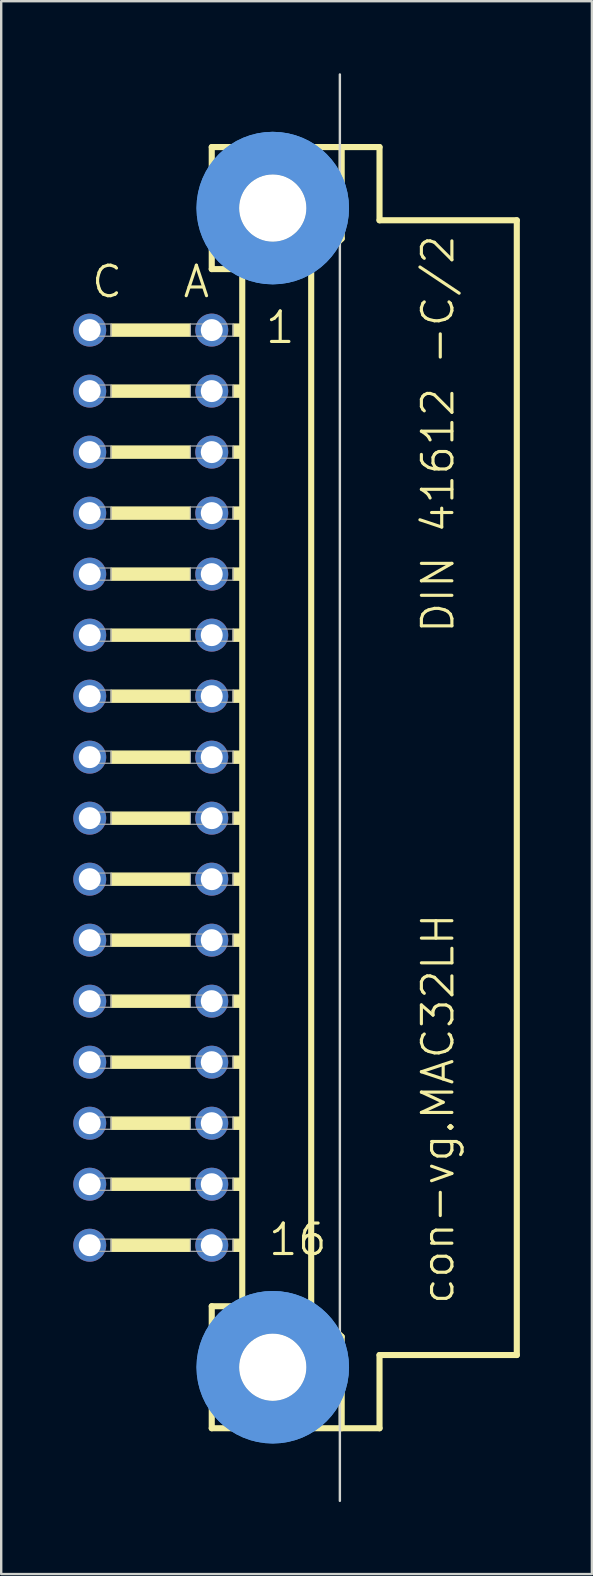
<source format=kicad_pcb>
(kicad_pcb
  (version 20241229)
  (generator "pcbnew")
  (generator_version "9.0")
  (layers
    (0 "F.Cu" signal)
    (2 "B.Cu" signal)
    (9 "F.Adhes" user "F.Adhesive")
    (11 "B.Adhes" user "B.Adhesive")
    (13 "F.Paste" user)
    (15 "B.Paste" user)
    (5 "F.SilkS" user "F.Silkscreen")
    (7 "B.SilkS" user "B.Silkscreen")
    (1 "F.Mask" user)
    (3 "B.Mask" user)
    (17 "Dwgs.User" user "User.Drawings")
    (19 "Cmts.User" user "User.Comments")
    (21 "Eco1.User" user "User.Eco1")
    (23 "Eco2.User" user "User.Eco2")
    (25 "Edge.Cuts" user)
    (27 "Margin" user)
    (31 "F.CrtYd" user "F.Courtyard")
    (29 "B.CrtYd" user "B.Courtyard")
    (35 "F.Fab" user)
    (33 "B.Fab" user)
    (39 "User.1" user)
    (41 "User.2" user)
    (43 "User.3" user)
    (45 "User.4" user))
  (footprint "con-vg.MAC32LH"
    (layer "F.Cu")
    (at 8.306 29.743)
    (property "Reference" "con-vg.MAC32LH" (at 7.62 21.59 90) (layer "F.SilkS") (effects (font (size 1.27 1.27) (thickness 0.13)) (justify left bottom)))
    (attr through_hole)
    (fp_line (start -2.54 -26.67) (end -2.54 -21.59) (stroke (width 0.254) (type default)) (layer "F.SilkS"))
    (fp_line (start -2.54 -21.59) (end -1.27 -21.59) (stroke (width 0.254) (type default)) (layer "F.SilkS"))
    (fp_line (start -2.54 21.59) (end -1.27 21.59) (stroke (width 0.254) (type default)) (layer "F.SilkS"))
    (fp_line (start -2.54 26.67) (end -2.54 21.59) (stroke (width 0.254) (type default)) (layer "F.SilkS"))
    (fp_line (start -1.27 -21.59) (end 1.6 -21.59) (stroke (width 0.254) (type default)) (layer "F.SilkS"))
    (fp_line (start -1.27 21.59) (end -1.27 -21.59) (stroke (width 0.254) (type default)) (layer "F.SilkS"))
    (fp_line (start -1.27 21.59) (end 1.6 21.59) (stroke (width 0.254) (type default)) (layer "F.SilkS"))
    (fp_line (start 1.6 -21.59) (end 2.87 -22.86) (stroke (width 0.254) (type default)) (layer "F.SilkS"))
    (fp_line (start 1.6 21.59) (end 1.6 -21.59) (stroke (width 0.254) (type default)) (layer "F.SilkS"))
    (fp_line (start 1.6 21.59) (end 2.87 22.86) (stroke (width 0.254) (type default)) (layer "F.SilkS"))
    (fp_line (start 2.87 -26.67) (end -2.54 -26.67) (stroke (width 0.254) (type default)) (layer "F.SilkS"))
    (fp_line (start 2.87 -22.86) (end 2.87 -26.67) (stroke (width 0.254) (type default)) (layer "F.SilkS"))
    (fp_line (start 2.87 22.86) (end 2.87 26.67) (stroke (width 0.254) (type default)) (layer "F.SilkS"))
    (fp_line (start 4.445 -26.67) (end 2.87 -26.67) (stroke (width 0.254) (type default)) (layer "F.SilkS"))
    (fp_line (start 4.445 -23.622) (end 4.445 -26.67) (stroke (width 0.254) (type default)) (layer "F.SilkS"))
    (fp_line (start 4.445 23.622) (end 4.445 26.67) (stroke (width 0.254) (type default)) (layer "F.SilkS"))
    (fp_line (start 4.445 26.67) (end -2.54 26.67) (stroke (width 0.254) (type default)) (layer "F.SilkS"))
    (fp_line (start 10.16 -23.622) (end 4.445 -23.622) (stroke (width 0.254) (type default)) (layer "F.SilkS"))
    (fp_line (start 10.16 23.622) (end 4.445 23.622) (stroke (width 0.254) (type default)) (layer "F.SilkS"))
    (fp_line (start 10.16 23.622) (end 10.16 -23.622) (stroke (width 0.254) (type default)) (layer "F.SilkS"))
    (fp_rect (start -6.731 -18.796) (end -3.429 -19.304) (stroke (width 0.05) (type default)) (fill yes) (layer "F.SilkS"))
    (fp_rect (start -6.731 -16.256) (end -3.429 -16.764) (stroke (width 0.05) (type default)) (fill yes) (layer "F.SilkS"))
    (fp_rect (start -6.731 -13.716) (end -3.429 -14.224) (stroke (width 0.05) (type default)) (fill yes) (layer "F.SilkS"))
    (fp_rect (start -6.731 -11.176) (end -3.429 -11.684) (stroke (width 0.05) (type default)) (fill yes) (layer "F.SilkS"))
    (fp_rect (start -6.731 -8.636) (end -3.429 -9.144) (stroke (width 0.05) (type default)) (fill yes) (layer "F.SilkS"))
    (fp_rect (start -6.731 -6.096) (end -3.429 -6.604) (stroke (width 0.05) (type default)) (fill yes) (layer "F.SilkS"))
    (fp_rect (start -6.731 -3.556) (end -3.429 -4.064) (stroke (width 0.05) (type default)) (fill yes) (layer "F.SilkS"))
    (fp_rect (start -6.731 -1.016) (end -3.429 -1.524) (stroke (width 0.05) (type default)) (fill yes) (layer "F.SilkS"))
    (fp_rect (start -6.731 1.524) (end -3.429 1.016) (stroke (width 0.05) (type default)) (fill yes) (layer "F.SilkS"))
    (fp_rect (start -6.731 4.064) (end -3.429 3.556) (stroke (width 0.05) (type default)) (fill yes) (layer "F.SilkS"))
    (fp_rect (start -6.731 6.604) (end -3.429 6.096) (stroke (width 0.05) (type default)) (fill yes) (layer "F.SilkS"))
    (fp_rect (start -6.731 9.144) (end -3.429 8.636) (stroke (width 0.05) (type default)) (fill yes) (layer "F.SilkS"))
    (fp_rect (start -6.731 11.684) (end -3.429 11.176) (stroke (width 0.05) (type default)) (fill yes) (layer "F.SilkS"))
    (fp_rect (start -6.731 14.224) (end -3.429 13.716) (stroke (width 0.05) (type default)) (fill yes) (layer "F.SilkS"))
    (fp_rect (start -6.731 16.764) (end -3.429 16.256) (stroke (width 0.05) (type default)) (fill yes) (layer "F.SilkS"))
    (fp_rect (start -6.731 19.304) (end -3.429 18.796) (stroke (width 0.05) (type default)) (fill yes) (layer "F.SilkS"))
    (fp_rect (start -1.651 -18.796) (end -1.27 -19.304) (stroke (width 0.05) (type default)) (fill yes) (layer "F.SilkS"))
    (fp_rect (start -1.651 -16.256) (end -1.27 -16.764) (stroke (width 0.05) (type default)) (fill yes) (layer "F.SilkS"))
    (fp_rect (start -1.651 -13.716) (end -1.27 -14.224) (stroke (width 0.05) (type default)) (fill yes) (layer "F.SilkS"))
    (fp_rect (start -1.651 -11.176) (end -1.27 -11.684) (stroke (width 0.05) (type default)) (fill yes) (layer "F.SilkS"))
    (fp_rect (start -1.651 -8.636) (end -1.27 -9.144) (stroke (width 0.05) (type default)) (fill yes) (layer "F.SilkS"))
    (fp_rect (start -1.651 -6.096) (end -1.27 -6.604) (stroke (width 0.05) (type default)) (fill yes) (layer "F.SilkS"))
    (fp_rect (start -1.651 -3.556) (end -1.27 -4.064) (stroke (width 0.05) (type default)) (fill yes) (layer "F.SilkS"))
    (fp_rect (start -1.651 -1.016) (end -1.27 -1.524) (stroke (width 0.05) (type default)) (fill yes) (layer "F.SilkS"))
    (fp_rect (start -1.651 1.524) (end -1.27 1.016) (stroke (width 0.05) (type default)) (fill yes) (layer "F.SilkS"))
    (fp_rect (start -1.651 4.064) (end -1.27 3.556) (stroke (width 0.05) (type default)) (fill yes) (layer "F.SilkS"))
    (fp_rect (start -1.651 6.604) (end -1.27 6.096) (stroke (width 0.05) (type default)) (fill yes) (layer "F.SilkS"))
    (fp_rect (start -1.651 9.144) (end -1.27 8.636) (stroke (width 0.05) (type default)) (fill yes) (layer "F.SilkS"))
    (fp_rect (start -1.651 11.684) (end -1.27 11.176) (stroke (width 0.05) (type default)) (fill yes) (layer "F.SilkS"))
    (fp_rect (start -1.651 14.224) (end -1.27 13.716) (stroke (width 0.05) (type default)) (fill yes) (layer "F.SilkS"))
    (fp_rect (start -1.651 16.764) (end -1.27 16.256) (stroke (width 0.05) (type default)) (fill yes) (layer "F.SilkS"))
    (fp_rect (start -1.651 19.304) (end -1.27 18.796) (stroke (width 0.05) (type default)) (fill yes) (layer "F.SilkS"))
    (fp_circle (center 0 -24.13) (end 1.27 -24.13) (stroke (width 0.254) (type default)) (fill no) (layer "F.SilkS"))
    (fp_circle (center 0 24.13) (end 1.27 24.13) (stroke (width 0.254) (type default)) (fill no) (layer "F.SilkS"))
    (fp_circle (center 0 -24.13) (end 2.286 -24.13) (stroke (width 1.778) (type default)) (fill no) (layer "Cmts.User"))
    (fp_circle (center 0 -24.13) (end 2.286 -24.13) (stroke (width 1.778) (type default)) (fill no) (layer "Cmts.User"))
    (fp_circle (center 0 24.13) (end 2.286 24.13) (stroke (width 1.778) (type default)) (fill no) (layer "Cmts.User"))
    (fp_circle (center 0 24.13) (end 2.286 24.13) (stroke (width 1.778) (type default)) (fill no) (layer "Cmts.User"))
    (fp_line (start 2.794 29.693) (end 2.794 -29.693) (stroke (width 0.1) (type default)) (layer "Edge.Cuts"))
    (fp_rect (start -7.874 -18.796) (end -6.731 -19.304) (stroke (width 0.05) (type default)) (fill no) (layer "F.Fab"))
    (fp_rect (start -7.874 -16.256) (end -6.731 -16.764) (stroke (width 0.05) (type default)) (fill no) (layer "F.Fab"))
    (fp_rect (start -7.874 -13.716) (end -6.731 -14.224) (stroke (width 0.05) (type default)) (fill no) (layer "F.Fab"))
    (fp_rect (start -7.874 -11.176) (end -6.731 -11.684) (stroke (width 0.05) (type default)) (fill no) (layer "F.Fab"))
    (fp_rect (start -7.874 -8.636) (end -6.731 -9.144) (stroke (width 0.05) (type default)) (fill no) (layer "F.Fab"))
    (fp_rect (start -7.874 -6.096) (end -6.731 -6.604) (stroke (width 0.05) (type default)) (fill no) (layer "F.Fab"))
    (fp_rect (start -7.874 -3.556) (end -6.731 -4.064) (stroke (width 0.05) (type default)) (fill no) (layer "F.Fab"))
    (fp_rect (start -7.874 -1.016) (end -6.731 -1.524) (stroke (width 0.05) (type default)) (fill no) (layer "F.Fab"))
    (fp_rect (start -7.874 1.524) (end -6.731 1.016) (stroke (width 0.05) (type default)) (fill no) (layer "F.Fab"))
    (fp_rect (start -7.874 4.064) (end -6.731 3.556) (stroke (width 0.05) (type default)) (fill no) (layer "F.Fab"))
    (fp_rect (start -7.874 6.604) (end -6.731 6.096) (stroke (width 0.05) (type default)) (fill no) (layer "F.Fab"))
    (fp_rect (start -7.874 9.144) (end -6.731 8.636) (stroke (width 0.05) (type default)) (fill no) (layer "F.Fab"))
    (fp_rect (start -7.874 11.684) (end -6.731 11.176) (stroke (width 0.05) (type default)) (fill no) (layer "F.Fab"))
    (fp_rect (start -7.874 14.224) (end -6.731 13.716) (stroke (width 0.05) (type default)) (fill no) (layer "F.Fab"))
    (fp_rect (start -7.874 16.764) (end -6.731 16.256) (stroke (width 0.05) (type default)) (fill no) (layer "F.Fab"))
    (fp_rect (start -7.874 19.304) (end -6.731 18.796) (stroke (width 0.05) (type default)) (fill no) (layer "F.Fab"))
    (fp_rect (start -3.429 -18.796) (end -1.651 -19.304) (stroke (width 0.05) (type default)) (fill no) (layer "F.Fab"))
    (fp_rect (start -3.429 -16.256) (end -1.651 -16.764) (stroke (width 0.05) (type default)) (fill no) (layer "F.Fab"))
    (fp_rect (start -3.429 -13.716) (end -1.651 -14.224) (stroke (width 0.05) (type default)) (fill no) (layer "F.Fab"))
    (fp_rect (start -3.429 -11.176) (end -1.651 -11.684) (stroke (width 0.05) (type default)) (fill no) (layer "F.Fab"))
    (fp_rect (start -3.429 -8.636) (end -1.651 -9.144) (stroke (width 0.05) (type default)) (fill no) (layer "F.Fab"))
    (fp_rect (start -3.429 -6.096) (end -1.651 -6.604) (stroke (width 0.05) (type default)) (fill no) (layer "F.Fab"))
    (fp_rect (start -3.429 -3.556) (end -1.651 -4.064) (stroke (width 0.05) (type default)) (fill no) (layer "F.Fab"))
    (fp_rect (start -3.429 -1.016) (end -1.651 -1.524) (stroke (width 0.05) (type default)) (fill no) (layer "F.Fab"))
    (fp_rect (start -3.429 1.524) (end -1.651 1.016) (stroke (width 0.05) (type default)) (fill no) (layer "F.Fab"))
    (fp_rect (start -3.429 4.064) (end -1.651 3.556) (stroke (width 0.05) (type default)) (fill no) (layer "F.Fab"))
    (fp_rect (start -3.429 6.604) (end -1.651 6.096) (stroke (width 0.05) (type default)) (fill no) (layer "F.Fab"))
    (fp_rect (start -3.429 9.144) (end -1.651 8.636) (stroke (width 0.05) (type default)) (fill no) (layer "F.Fab"))
    (fp_rect (start -3.429 11.684) (end -1.651 11.176) (stroke (width 0.05) (type default)) (fill no) (layer "F.Fab"))
    (fp_rect (start -3.429 14.224) (end -1.651 13.716) (stroke (width 0.05) (type default)) (fill no) (layer "F.Fab"))
    (fp_rect (start -3.429 16.764) (end -1.651 16.256) (stroke (width 0.05) (type default)) (fill no) (layer "F.Fab"))
    (fp_rect (start -3.429 19.304) (end -1.651 18.796) (stroke (width 0.05) (type default)) (fill no) (layer "F.Fab"))
    (fp_text user "A" (at -3.81 -20.32 0) (layer "F.SilkS") (effects (font (size 1.27 1.27) (thickness 0.13)) (justify left bottom)))
    (fp_text user "DIN 41612 -C/2" (at 7.62 -6.35 90) (layer "F.SilkS") (effects (font (size 1.27 1.27) (thickness 0.13)) (justify left bottom)))
    (fp_text user "16" (at -0.254 19.558 0) (layer "F.SilkS") (effects (font (size 1.27 1.27) (thickness 0.13)) (justify left bottom)))
    (fp_text user "1" (at -0.381 -18.415 0) (layer "F.SilkS") (effects (font (size 1.27 1.27) (thickness 0.13)) (justify left bottom)))
    (fp_text user "C" (at -7.62 -20.32 0) (layer "F.SilkS") (effects (font (size 1.27 1.27) (thickness 0.13)) (justify left bottom)))
    (pad "" np_thru_hole circle (at 0 -24.13) (size 2.794 2.794) (drill 2.794) (layers "*.Cu" "*.Mask"))
    (pad "" np_thru_hole circle (at 0 24.13) (size 2.794 2.794) (drill 2.794) (layers "*.Cu" "*.Mask"))
    (pad "A1" thru_hole circle (at -2.54 -19.05) (size 1.372 1.372) (drill 0.914) (layers "*.Cu" "*.Mask"))
    (pad "A2" thru_hole circle (at -2.54 -16.51) (size 1.372 1.372) (drill 0.914) (layers "*.Cu" "*.Mask"))
    (pad "A3" thru_hole circle (at -2.54 -13.97) (size 1.372 1.372) (drill 0.914) (layers "*.Cu" "*.Mask"))
    (pad "A4" thru_hole circle (at -2.54 -11.43) (size 1.372 1.372) (drill 0.914) (layers "*.Cu" "*.Mask"))
    (pad "A5" thru_hole circle (at -2.54 -8.89) (size 1.372 1.372) (drill 0.914) (layers "*.Cu" "*.Mask"))
    (pad "A6" thru_hole circle (at -2.54 -6.35) (size 1.372 1.372) (drill 0.914) (layers "*.Cu" "*.Mask"))
    (pad "A7" thru_hole circle (at -2.54 -3.81) (size 1.372 1.372) (drill 0.914) (layers "*.Cu" "*.Mask"))
    (pad "A8" thru_hole circle (at -2.54 -1.27) (size 1.372 1.372) (drill 0.914) (layers "*.Cu" "*.Mask"))
    (pad "A9" thru_hole circle (at -2.54 1.27) (size 1.372 1.372) (drill 0.914) (layers "*.Cu" "*.Mask"))
    (pad "A10" thru_hole circle (at -2.54 3.81) (size 1.372 1.372) (drill 0.914) (layers "*.Cu" "*.Mask"))
    (pad "A11" thru_hole circle (at -2.54 6.35) (size 1.372 1.372) (drill 0.914) (layers "*.Cu" "*.Mask"))
    (pad "A12" thru_hole circle (at -2.54 8.89) (size 1.372 1.372) (drill 0.914) (layers "*.Cu" "*.Mask"))
    (pad "A13" thru_hole circle (at -2.54 11.43) (size 1.372 1.372) (drill 0.914) (layers "*.Cu" "*.Mask"))
    (pad "A14" thru_hole circle (at -2.54 13.97) (size 1.372 1.372) (drill 0.914) (layers "*.Cu" "*.Mask"))
    (pad "A15" thru_hole circle (at -2.54 16.51) (size 1.372 1.372) (drill 0.914) (layers "*.Cu" "*.Mask"))
    (pad "A16" thru_hole circle (at -2.54 19.05) (size 1.372 1.372) (drill 0.914) (layers "*.Cu" "*.Mask"))
    (pad "C1" thru_hole circle (at -7.62 -19.05) (size 1.372 1.372) (drill 0.914) (layers "*.Cu" "*.Mask"))
    (pad "C2" thru_hole circle (at -7.62 -16.51) (size 1.372 1.372) (drill 0.914) (layers "*.Cu" "*.Mask"))
    (pad "C3" thru_hole circle (at -7.62 -13.97) (size 1.372 1.372) (drill 0.914) (layers "*.Cu" "*.Mask"))
    (pad "C4" thru_hole circle (at -7.62 -11.43) (size 1.372 1.372) (drill 0.914) (layers "*.Cu" "*.Mask"))
    (pad "C5" thru_hole circle (at -7.62 -8.89) (size 1.372 1.372) (drill 0.914) (layers "*.Cu" "*.Mask"))
    (pad "C6" thru_hole circle (at -7.62 -6.35) (size 1.372 1.372) (drill 0.914) (layers "*.Cu" "*.Mask"))
    (pad "C7" thru_hole circle (at -7.62 -3.81) (size 1.372 1.372) (drill 0.914) (layers "*.Cu" "*.Mask"))
    (pad "C8" thru_hole circle (at -7.62 -1.27) (size 1.372 1.372) (drill 0.914) (layers "*.Cu" "*.Mask"))
    (pad "C9" thru_hole circle (at -7.62 1.27) (size 1.372 1.372) (drill 0.914) (layers "*.Cu" "*.Mask"))
    (pad "C10" thru_hole circle (at -7.62 3.81) (size 1.372 1.372) (drill 0.914) (layers "*.Cu" "*.Mask"))
    (pad "C11" thru_hole circle (at -7.62 6.35) (size 1.372 1.372) (drill 0.914) (layers "*.Cu" "*.Mask"))
    (pad "C12" thru_hole circle (at -7.62 8.89) (size 1.372 1.372) (drill 0.914) (layers "*.Cu" "*.Mask"))
    (pad "C13" thru_hole circle (at -7.62 11.43) (size 1.372 1.372) (drill 0.914) (layers "*.Cu" "*.Mask"))
    (pad "C14" thru_hole circle (at -7.62 13.97) (size 1.372 1.372) (drill 0.914) (layers "*.Cu" "*.Mask"))
    (pad "C15" thru_hole circle (at -7.62 16.51) (size 1.372 1.372) (drill 0.914) (layers "*.Cu" "*.Mask"))
    (pad "C16" thru_hole circle (at -7.62 19.05) (size 1.372 1.372) (drill 0.914) (layers "*.Cu" "*.Mask")))
  (gr_rect
    (start -3 -3)
    (end 21.593 62.485)
    (stroke (width 0.1) (type default))
    (fill no)
    (layer "Edge.Cuts")))
</source>
